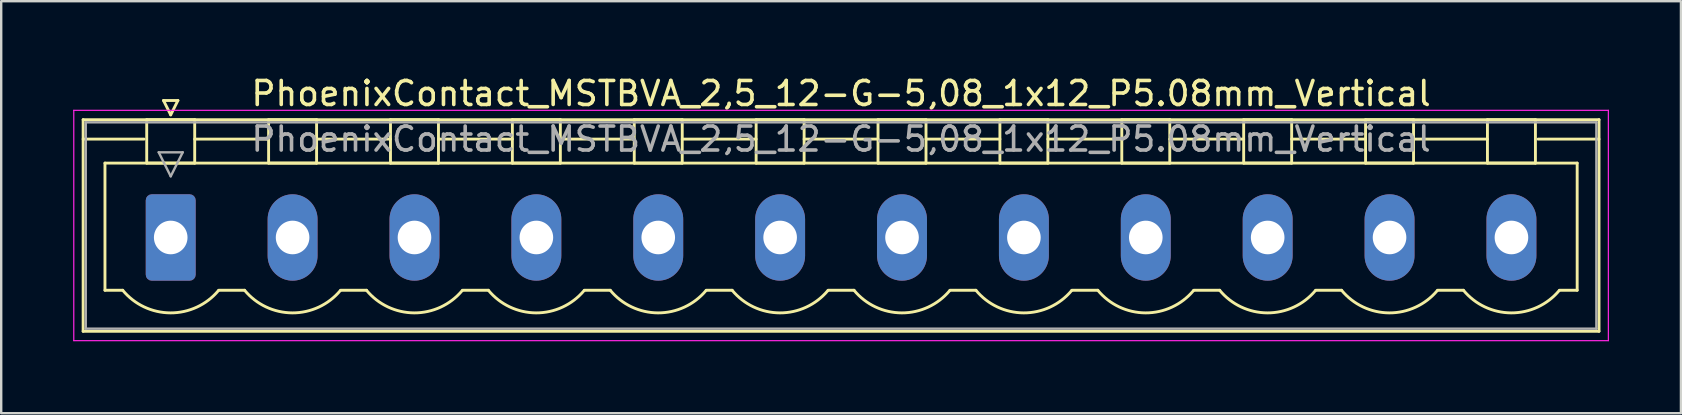
<source format=kicad_pcb>
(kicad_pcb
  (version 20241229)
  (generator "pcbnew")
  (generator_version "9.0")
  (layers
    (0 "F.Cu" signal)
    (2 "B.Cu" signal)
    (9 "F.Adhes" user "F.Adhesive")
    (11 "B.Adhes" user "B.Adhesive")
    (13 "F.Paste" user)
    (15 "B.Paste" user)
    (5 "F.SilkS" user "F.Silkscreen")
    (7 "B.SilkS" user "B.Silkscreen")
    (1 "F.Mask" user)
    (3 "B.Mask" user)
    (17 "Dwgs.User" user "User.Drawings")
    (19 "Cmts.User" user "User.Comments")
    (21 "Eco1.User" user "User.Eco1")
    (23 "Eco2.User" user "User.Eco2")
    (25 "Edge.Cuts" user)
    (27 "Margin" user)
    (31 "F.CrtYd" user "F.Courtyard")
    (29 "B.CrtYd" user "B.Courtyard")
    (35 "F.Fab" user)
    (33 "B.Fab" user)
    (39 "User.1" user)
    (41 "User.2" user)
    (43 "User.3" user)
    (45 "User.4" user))
  (footprint "PhoenixContact_MSTBVA_2,5_12-G-5,08_1x12_P5.08mm_Vertical"
    (layer "F.Cu")
    (at 4.065 6.848)
    (property "Reference" "PhoenixContact_MSTBVA_2,5_12-G-5,08_1x12_P5.08mm_Vertical" (at 27.94 -6 0) (layer "F.SilkS") (effects (font (size 1 1) (thickness 0.15))))
    (attr through_hole)
    (fp_line (start -3.65 -4.91) (end -3.65 3.91) (stroke (width 0.12) (type solid)) (layer "F.SilkS"))
    (fp_line (start -3.65 -4.1) (end -1.11 -4.1) (stroke (width 0.12) (type solid)) (layer "F.SilkS"))
    (fp_line (start -3.65 3.91) (end 59.53 3.91) (stroke (width 0.12) (type solid)) (layer "F.SilkS"))
    (fp_line (start -2.74 -3.1) (end 58.62 -3.1) (stroke (width 0.12) (type solid)) (layer "F.SilkS"))
    (fp_line (start -2.74 2.2) (end -2.74 -3.1) (stroke (width 0.12) (type solid)) (layer "F.SilkS"))
    (fp_line (start -2 2.2) (end -2.74 2.2) (stroke (width 0.12) (type solid)) (layer "F.SilkS"))
    (fp_line (start -1 -4.91) (end 1 -4.91) (stroke (width 0.12) (type solid)) (layer "F.SilkS"))
    (fp_line (start -1 -3.1) (end -1 -4.91) (stroke (width 0.12) (type solid)) (layer "F.SilkS"))
    (fp_line (start -0.3 -5.71) (end 0.3 -5.71) (stroke (width 0.12) (type solid)) (layer "F.SilkS"))
    (fp_line (start 0 -5.11) (end -0.3 -5.71) (stroke (width 0.12) (type solid)) (layer "F.SilkS"))
    (fp_line (start 0.3 -5.71) (end 0 -5.11) (stroke (width 0.12) (type solid)) (layer "F.SilkS"))
    (fp_line (start 1 -4.91) (end 1 -3.1) (stroke (width 0.12) (type solid)) (layer "F.SilkS"))
    (fp_line (start 1 -4.1) (end 4.08 -4.1) (stroke (width 0.12) (type solid)) (layer "F.SilkS"))
    (fp_line (start 1 -3.1) (end -1 -3.1) (stroke (width 0.12) (type solid)) (layer "F.SilkS"))
    (fp_line (start 2 2.2) (end 3.08 2.2) (stroke (width 0.12) (type solid)) (layer "F.SilkS"))
    (fp_line (start 4.08 -4.91) (end 6.08 -4.91) (stroke (width 0.12) (type solid)) (layer "F.SilkS"))
    (fp_line (start 4.08 -3.1) (end 4.08 -4.91) (stroke (width 0.12) (type solid)) (layer "F.SilkS"))
    (fp_line (start 6.08 -4.91) (end 6.08 -3.1) (stroke (width 0.12) (type solid)) (layer "F.SilkS"))
    (fp_line (start 6.08 -4.1) (end 9.16 -4.1) (stroke (width 0.12) (type solid)) (layer "F.SilkS"))
    (fp_line (start 6.08 -3.1) (end 4.08 -3.1) (stroke (width 0.12) (type solid)) (layer "F.SilkS"))
    (fp_line (start 7.08 2.2) (end 8.16 2.2) (stroke (width 0.12) (type solid)) (layer "F.SilkS"))
    (fp_line (start 9.16 -4.91) (end 11.16 -4.91) (stroke (width 0.12) (type solid)) (layer "F.SilkS"))
    (fp_line (start 9.16 -3.1) (end 9.16 -4.91) (stroke (width 0.12) (type solid)) (layer "F.SilkS"))
    (fp_line (start 11.16 -4.91) (end 11.16 -3.1) (stroke (width 0.12) (type solid)) (layer "F.SilkS"))
    (fp_line (start 11.16 -4.1) (end 14.24 -4.1) (stroke (width 0.12) (type solid)) (layer "F.SilkS"))
    (fp_line (start 11.16 -3.1) (end 9.16 -3.1) (stroke (width 0.12) (type solid)) (layer "F.SilkS"))
    (fp_line (start 12.16 2.2) (end 13.24 2.2) (stroke (width 0.12) (type solid)) (layer "F.SilkS"))
    (fp_line (start 14.24 -4.91) (end 16.24 -4.91) (stroke (width 0.12) (type solid)) (layer "F.SilkS"))
    (fp_line (start 14.24 -3.1) (end 14.24 -4.91) (stroke (width 0.12) (type solid)) (layer "F.SilkS"))
    (fp_line (start 16.24 -4.91) (end 16.24 -3.1) (stroke (width 0.12) (type solid)) (layer "F.SilkS"))
    (fp_line (start 16.24 -4.1) (end 19.32 -4.1) (stroke (width 0.12) (type solid)) (layer "F.SilkS"))
    (fp_line (start 16.24 -3.1) (end 14.24 -3.1) (stroke (width 0.12) (type solid)) (layer "F.SilkS"))
    (fp_line (start 17.24 2.2) (end 18.32 2.2) (stroke (width 0.12) (type solid)) (layer "F.SilkS"))
    (fp_line (start 19.32 -4.91) (end 21.32 -4.91) (stroke (width 0.12) (type solid)) (layer "F.SilkS"))
    (fp_line (start 19.32 -3.1) (end 19.32 -4.91) (stroke (width 0.12) (type solid)) (layer "F.SilkS"))
    (fp_line (start 21.32 -4.91) (end 21.32 -3.1) (stroke (width 0.12) (type solid)) (layer "F.SilkS"))
    (fp_line (start 21.32 -4.1) (end 24.4 -4.1) (stroke (width 0.12) (type solid)) (layer "F.SilkS"))
    (fp_line (start 21.32 -3.1) (end 19.32 -3.1) (stroke (width 0.12) (type solid)) (layer "F.SilkS"))
    (fp_line (start 22.32 2.2) (end 23.4 2.2) (stroke (width 0.12) (type solid)) (layer "F.SilkS"))
    (fp_line (start 24.4 -4.91) (end 26.4 -4.91) (stroke (width 0.12) (type solid)) (layer "F.SilkS"))
    (fp_line (start 24.4 -3.1) (end 24.4 -4.91) (stroke (width 0.12) (type solid)) (layer "F.SilkS"))
    (fp_line (start 26.4 -4.91) (end 26.4 -3.1) (stroke (width 0.12) (type solid)) (layer "F.SilkS"))
    (fp_line (start 26.4 -4.1) (end 29.48 -4.1) (stroke (width 0.12) (type solid)) (layer "F.SilkS"))
    (fp_line (start 26.4 -3.1) (end 24.4 -3.1) (stroke (width 0.12) (type solid)) (layer "F.SilkS"))
    (fp_line (start 27.4 2.2) (end 28.48 2.2) (stroke (width 0.12) (type solid)) (layer "F.SilkS"))
    (fp_line (start 29.48 -4.91) (end 31.48 -4.91) (stroke (width 0.12) (type solid)) (layer "F.SilkS"))
    (fp_line (start 29.48 -3.1) (end 29.48 -4.91) (stroke (width 0.12) (type solid)) (layer "F.SilkS"))
    (fp_line (start 31.48 -4.91) (end 31.48 -3.1) (stroke (width 0.12) (type solid)) (layer "F.SilkS"))
    (fp_line (start 31.48 -4.1) (end 34.56 -4.1) (stroke (width 0.12) (type solid)) (layer "F.SilkS"))
    (fp_line (start 31.48 -3.1) (end 29.48 -3.1) (stroke (width 0.12) (type solid)) (layer "F.SilkS"))
    (fp_line (start 32.48 2.2) (end 33.56 2.2) (stroke (width 0.12) (type solid)) (layer "F.SilkS"))
    (fp_line (start 34.56 -4.91) (end 36.56 -4.91) (stroke (width 0.12) (type solid)) (layer "F.SilkS"))
    (fp_line (start 34.56 -3.1) (end 34.56 -4.91) (stroke (width 0.12) (type solid)) (layer "F.SilkS"))
    (fp_line (start 36.56 -4.91) (end 36.56 -3.1) (stroke (width 0.12) (type solid)) (layer "F.SilkS"))
    (fp_line (start 36.56 -4.1) (end 39.64 -4.1) (stroke (width 0.12) (type solid)) (layer "F.SilkS"))
    (fp_line (start 36.56 -3.1) (end 34.56 -3.1) (stroke (width 0.12) (type solid)) (layer "F.SilkS"))
    (fp_line (start 37.56 2.2) (end 38.64 2.2) (stroke (width 0.12) (type solid)) (layer "F.SilkS"))
    (fp_line (start 39.64 -4.91) (end 41.64 -4.91) (stroke (width 0.12) (type solid)) (layer "F.SilkS"))
    (fp_line (start 39.64 -3.1) (end 39.64 -4.91) (stroke (width 0.12) (type solid)) (layer "F.SilkS"))
    (fp_line (start 41.64 -4.91) (end 41.64 -3.1) (stroke (width 0.12) (type solid)) (layer "F.SilkS"))
    (fp_line (start 41.64 -4.1) (end 44.72 -4.1) (stroke (width 0.12) (type solid)) (layer "F.SilkS"))
    (fp_line (start 41.64 -3.1) (end 39.64 -3.1) (stroke (width 0.12) (type solid)) (layer "F.SilkS"))
    (fp_line (start 42.64 2.2) (end 43.72 2.2) (stroke (width 0.12) (type solid)) (layer "F.SilkS"))
    (fp_line (start 44.72 -4.91) (end 46.72 -4.91) (stroke (width 0.12) (type solid)) (layer "F.SilkS"))
    (fp_line (start 44.72 -3.1) (end 44.72 -4.91) (stroke (width 0.12) (type solid)) (layer "F.SilkS"))
    (fp_line (start 46.72 -4.91) (end 46.72 -3.1) (stroke (width 0.12) (type solid)) (layer "F.SilkS"))
    (fp_line (start 46.72 -4.1) (end 49.8 -4.1) (stroke (width 0.12) (type solid)) (layer "F.SilkS"))
    (fp_line (start 46.72 -3.1) (end 44.72 -3.1) (stroke (width 0.12) (type solid)) (layer "F.SilkS"))
    (fp_line (start 47.72 2.2) (end 48.8 2.2) (stroke (width 0.12) (type solid)) (layer "F.SilkS"))
    (fp_line (start 49.8 -4.91) (end 51.8 -4.91) (stroke (width 0.12) (type solid)) (layer "F.SilkS"))
    (fp_line (start 49.8 -3.1) (end 49.8 -4.91) (stroke (width 0.12) (type solid)) (layer "F.SilkS"))
    (fp_line (start 51.8 -4.91) (end 51.8 -3.1) (stroke (width 0.12) (type solid)) (layer "F.SilkS"))
    (fp_line (start 51.8 -4.1) (end 54.88 -4.1) (stroke (width 0.12) (type solid)) (layer "F.SilkS"))
    (fp_line (start 51.8 -3.1) (end 49.8 -3.1) (stroke (width 0.12) (type solid)) (layer "F.SilkS"))
    (fp_line (start 52.8 2.2) (end 53.88 2.2) (stroke (width 0.12) (type solid)) (layer "F.SilkS"))
    (fp_line (start 54.88 -4.91) (end 56.88 -4.91) (stroke (width 0.12) (type solid)) (layer "F.SilkS"))
    (fp_line (start 54.88 -3.1) (end 54.88 -4.91) (stroke (width 0.12) (type solid)) (layer "F.SilkS"))
    (fp_line (start 56.88 -4.91) (end 56.88 -3.1) (stroke (width 0.12) (type solid)) (layer "F.SilkS"))
    (fp_line (start 56.88 -3.1) (end 54.88 -3.1) (stroke (width 0.12) (type solid)) (layer "F.SilkS"))
    (fp_line (start 58.62 -3.1) (end 58.62 2.2) (stroke (width 0.12) (type solid)) (layer "F.SilkS"))
    (fp_line (start 58.62 2.2) (end 57.88 2.2) (stroke (width 0.12) (type solid)) (layer "F.SilkS"))
    (fp_line (start 59.53 -4.91) (end -3.65 -4.91) (stroke (width 0.12) (type solid)) (layer "F.SilkS"))
    (fp_line (start 59.53 -4.1) (end 56.99 -4.1) (stroke (width 0.12) (type solid)) (layer "F.SilkS"))
    (fp_line (start 59.53 3.91) (end 59.53 -4.91) (stroke (width 0.12) (type solid)) (layer "F.SilkS"))
    (fp_arc (start 1.986842 2.215821) (mid -0.010289 3.142758) (end -2 2.2) (stroke (width 0.12) (type solid)) (layer "F.SilkS"))
    (fp_arc (start 7.066842 2.215821) (mid 5.069711 3.142758) (end 3.08 2.2) (stroke (width 0.12) (type solid)) (layer "F.SilkS"))
    (fp_arc (start 12.146842 2.215821) (mid 10.149711 3.142758) (end 8.16 2.2) (stroke (width 0.12) (type solid)) (layer "F.SilkS"))
    (fp_arc (start 17.226842 2.215821) (mid 15.229711 3.142758) (end 13.24 2.2) (stroke (width 0.12) (type solid)) (layer "F.SilkS"))
    (fp_arc (start 22.306842 2.215821) (mid 20.309711 3.142758) (end 18.32 2.2) (stroke (width 0.12) (type solid)) (layer "F.SilkS"))
    (fp_arc (start 27.386842 2.215821) (mid 25.389711 3.142758) (end 23.4 2.2) (stroke (width 0.12) (type solid)) (layer "F.SilkS"))
    (fp_arc (start 32.466842 2.215821) (mid 30.469711 3.142758) (end 28.48 2.2) (stroke (width 0.12) (type solid)) (layer "F.SilkS"))
    (fp_arc (start 37.546842 2.215821) (mid 35.549711 3.142758) (end 33.56 2.2) (stroke (width 0.12) (type solid)) (layer "F.SilkS"))
    (fp_arc (start 42.626842 2.215821) (mid 40.629711 3.142758) (end 38.64 2.2) (stroke (width 0.12) (type solid)) (layer "F.SilkS"))
    (fp_arc (start 47.706842 2.215821) (mid 45.709711 3.142758) (end 43.72 2.2) (stroke (width 0.12) (type solid)) (layer "F.SilkS"))
    (fp_arc (start 52.786842 2.215821) (mid 50.789711 3.142758) (end 48.8 2.2) (stroke (width 0.12) (type solid)) (layer "F.SilkS"))
    (fp_arc (start 57.866842 2.215821) (mid 55.869711 3.142758) (end 53.88 2.2) (stroke (width 0.12) (type solid)) (layer "F.SilkS"))
    (fp_line (start -4.04 -5.3) (end -4.04 4.3) (stroke (width 0.05) (type solid)) (layer "F.CrtYd"))
    (fp_line (start -4.04 4.3) (end 59.92 4.3) (stroke (width 0.05) (type solid)) (layer "F.CrtYd"))
    (fp_line (start 59.92 -5.3) (end -4.04 -5.3) (stroke (width 0.05) (type solid)) (layer "F.CrtYd"))
    (fp_line (start 59.92 4.3) (end 59.92 -5.3) (stroke (width 0.05) (type solid)) (layer "F.CrtYd"))
    (fp_line (start -3.54 -4.8) (end -3.54 3.8) (stroke (width 0.1) (type solid)) (layer "F.Fab"))
    (fp_line (start -3.54 3.8) (end 59.42 3.8) (stroke (width 0.1) (type solid)) (layer "F.Fab"))
    (fp_line (start -0.5 -3.55) (end 0.5 -3.55) (stroke (width 0.1) (type solid)) (layer "F.Fab"))
    (fp_line (start 0 -2.55) (end -0.5 -3.55) (stroke (width 0.1) (type solid)) (layer "F.Fab"))
    (fp_line (start 0.5 -3.55) (end 0 -2.55) (stroke (width 0.1) (type solid)) (layer "F.Fab"))
    (fp_line (start 59.42 -4.8) (end -3.54 -4.8) (stroke (width 0.1) (type solid)) (layer "F.Fab"))
    (fp_line (start 59.42 3.8) (end 59.42 -4.8) (stroke (width 0.1) (type solid)) (layer "F.Fab"))
    (fp_text user "${REFERENCE}" (at 27.94 -4.1 0) (layer "F.Fab") (effects (font (size 1 1) (thickness 0.15))))
    (pad "1" thru_hole roundrect (at 0 0) (size 2.08 3.6) (drill 1.4) (layers "*.Cu" "*.Mask") (roundrect_rratio 0.12))
    (pad "2" thru_hole oval (at 5.08 0) (size 2.08 3.6) (drill 1.4) (layers "*.Cu" "*.Mask"))
    (pad "3" thru_hole oval (at 10.16 0) (size 2.08 3.6) (drill 1.4) (layers "*.Cu" "*.Mask"))
    (pad "4" thru_hole oval (at 15.24 0) (size 2.08 3.6) (drill 1.4) (layers "*.Cu" "*.Mask"))
    (pad "5" thru_hole oval (at 20.32 0) (size 2.08 3.6) (drill 1.4) (layers "*.Cu" "*.Mask"))
    (pad "6" thru_hole oval (at 25.4 0) (size 2.08 3.6) (drill 1.4) (layers "*.Cu" "*.Mask"))
    (pad "7" thru_hole oval (at 30.48 0) (size 2.08 3.6) (drill 1.4) (layers "*.Cu" "*.Mask"))
    (pad "8" thru_hole oval (at 35.56 0) (size 2.08 3.6) (drill 1.4) (layers "*.Cu" "*.Mask"))
    (pad "9" thru_hole oval (at 40.64 0) (size 2.08 3.6) (drill 1.4) (layers "*.Cu" "*.Mask"))
    (pad "10" thru_hole oval (at 45.72 0) (size 2.08 3.6) (drill 1.4) (layers "*.Cu" "*.Mask"))
    (pad "11" thru_hole oval (at 50.8 0) (size 2.08 3.6) (drill 1.4) (layers "*.Cu" "*.Mask"))
    (pad "12" thru_hole oval (at 55.88 0) (size 2.08 3.6) (drill 1.4) (layers "*.Cu" "*.Mask")))
  (gr_rect
    (start -3 -3)
    (end 67.01 14.173)
    (stroke (width 0.1) (type default))
    (fill no)
    (layer "Edge.Cuts")))
</source>
